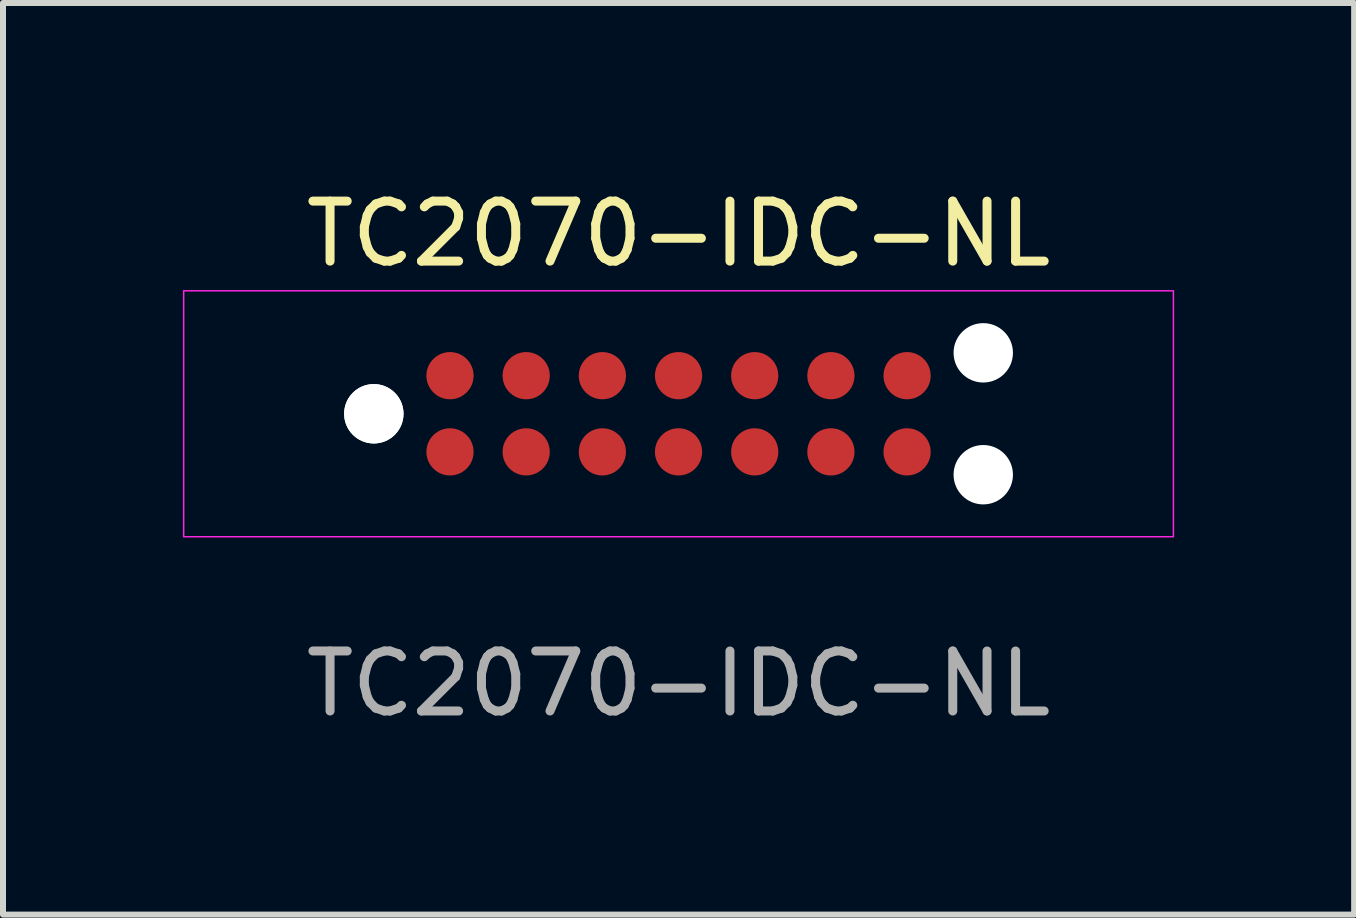
<source format=kicad_pcb>
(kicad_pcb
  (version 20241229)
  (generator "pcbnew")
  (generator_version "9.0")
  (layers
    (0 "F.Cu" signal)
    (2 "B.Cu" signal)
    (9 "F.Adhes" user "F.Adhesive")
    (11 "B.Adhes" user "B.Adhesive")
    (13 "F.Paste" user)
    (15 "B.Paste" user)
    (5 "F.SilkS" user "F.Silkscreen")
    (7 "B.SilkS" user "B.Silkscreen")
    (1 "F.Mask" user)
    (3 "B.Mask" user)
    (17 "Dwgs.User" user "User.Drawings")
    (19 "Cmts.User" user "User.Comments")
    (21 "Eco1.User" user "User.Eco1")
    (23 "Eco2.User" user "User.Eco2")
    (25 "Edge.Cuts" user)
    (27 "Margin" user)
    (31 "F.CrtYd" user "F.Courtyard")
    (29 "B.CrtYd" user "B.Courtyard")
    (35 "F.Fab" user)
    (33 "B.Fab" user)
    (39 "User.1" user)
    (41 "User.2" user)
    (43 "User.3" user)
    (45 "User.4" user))
  (footprint "TC2070-IDC-NL"
    (layer "F.Cu")
    (at 8.262 3.848)
    (property "Reference" "TC2070-IDC-NL" (at 0 -3 0) (unlocked yes) (layer "F.SilkS") (effects (font (size 1 1) (thickness 0.15))))
    (attr smd exclude_from_pos_files exclude_from_bom)
    (fp_rect (start -8.25 -2.05) (end 8.25 2.05) (stroke (width 0.025) (type default)) (fill no) (layer "F.CrtYd"))
    (fp_text user "${REFERENCE}" (at 0 4.5 0) (unlocked yes) (layer "F.Fab") (effects (font (size 1 1) (thickness 0.15))))
    (pad "" np_thru_hole circle (at -5.08 0) (size 0.99 0.99) (drill 0.99) (layers "*.Cu" "*.Mask"))
    (pad "" np_thru_hole circle (at -5.08 0) (size 0.99 0.99) (drill 0.99) (layers "*.Cu" "*.Mask"))
    (pad "" np_thru_hole circle (at 5.08 -1.016) (size 0.99 0.99) (drill 0.99) (layers "*.Cu" "*.Mask"))
    (pad "" np_thru_hole circle (at 5.08 1.016) (size 0.99 0.99) (drill 0.99) (layers "*.Cu" "*.Mask"))
    (pad "1" smd circle (at -3.81 0.635) (size 0.787 0.787) (layers "F.Cu" "F.Mask" "F.Paste"))
    (pad "2" smd circle (at -2.54 0.635) (size 0.787 0.787) (layers "F.Cu" "F.Mask" "F.Paste"))
    (pad "3" smd circle (at -1.27 0.635) (size 0.787 0.787) (layers "F.Cu" "F.Mask" "F.Paste"))
    (pad "4" smd circle (at 0 0.635) (size 0.787 0.787) (layers "F.Cu" "F.Mask" "F.Paste"))
    (pad "5" smd circle (at 1.27 0.635) (size 0.787 0.787) (layers "F.Cu" "F.Mask" "F.Paste"))
    (pad "6" smd circle (at 2.54 0.635) (size 0.787 0.787) (layers "F.Cu" "F.Mask" "F.Paste"))
    (pad "7" smd circle (at 3.81 0.635) (size 0.787 0.787) (layers "F.Cu" "F.Mask" "F.Paste"))
    (pad "8" smd circle (at 3.81 -0.635 180) (size 0.787 0.787) (layers "F.Cu" "F.Mask" "F.Paste"))
    (pad "9" smd circle (at 2.54 -0.635 180) (size 0.787 0.787) (layers "F.Cu" "F.Mask" "F.Paste"))
    (pad "10" smd circle (at 1.27 -0.635 180) (size 0.787 0.787) (layers "F.Cu" "F.Mask" "F.Paste"))
    (pad "11" smd circle (at 0 -0.635 180) (size 0.787 0.787) (layers "F.Cu" "F.Mask" "F.Paste"))
    (pad "12" smd circle (at -1.27 -0.635 180) (size 0.787 0.787) (layers "F.Cu" "F.Mask" "F.Paste"))
    (pad "13" smd circle (at -2.54 -0.635 180) (size 0.787 0.787) (layers "F.Cu" "F.Mask" "F.Paste"))
    (pad "14" smd circle (at -3.81 -0.635 180) (size 0.787 0.787) (layers "F.Cu" "F.Mask" "F.Paste"))
    (zone (net_name "") (layers "F.Cu" "Edge.Cuts") (hatch edge 0.5) (connect_pads) (min_thickness 0.25) (filled_areas_thickness no) (keepout (tracks not_allowed) (vias not_allowed) (pads not_allowed) (copperpour allowed) (footprints allowed)) (placement (enabled no)) (fill) (polygon (pts (xy 4.452 3.213) (xy 12.072 3.213) (xy 12.072 4.483) (xy 4.452 4.483)))))
  (gr_rect
    (start -3 -3)
    (end 19.525 12.197)
    (stroke (width 0.1) (type default))
    (fill no)
    (layer "Edge.Cuts")))
</source>
